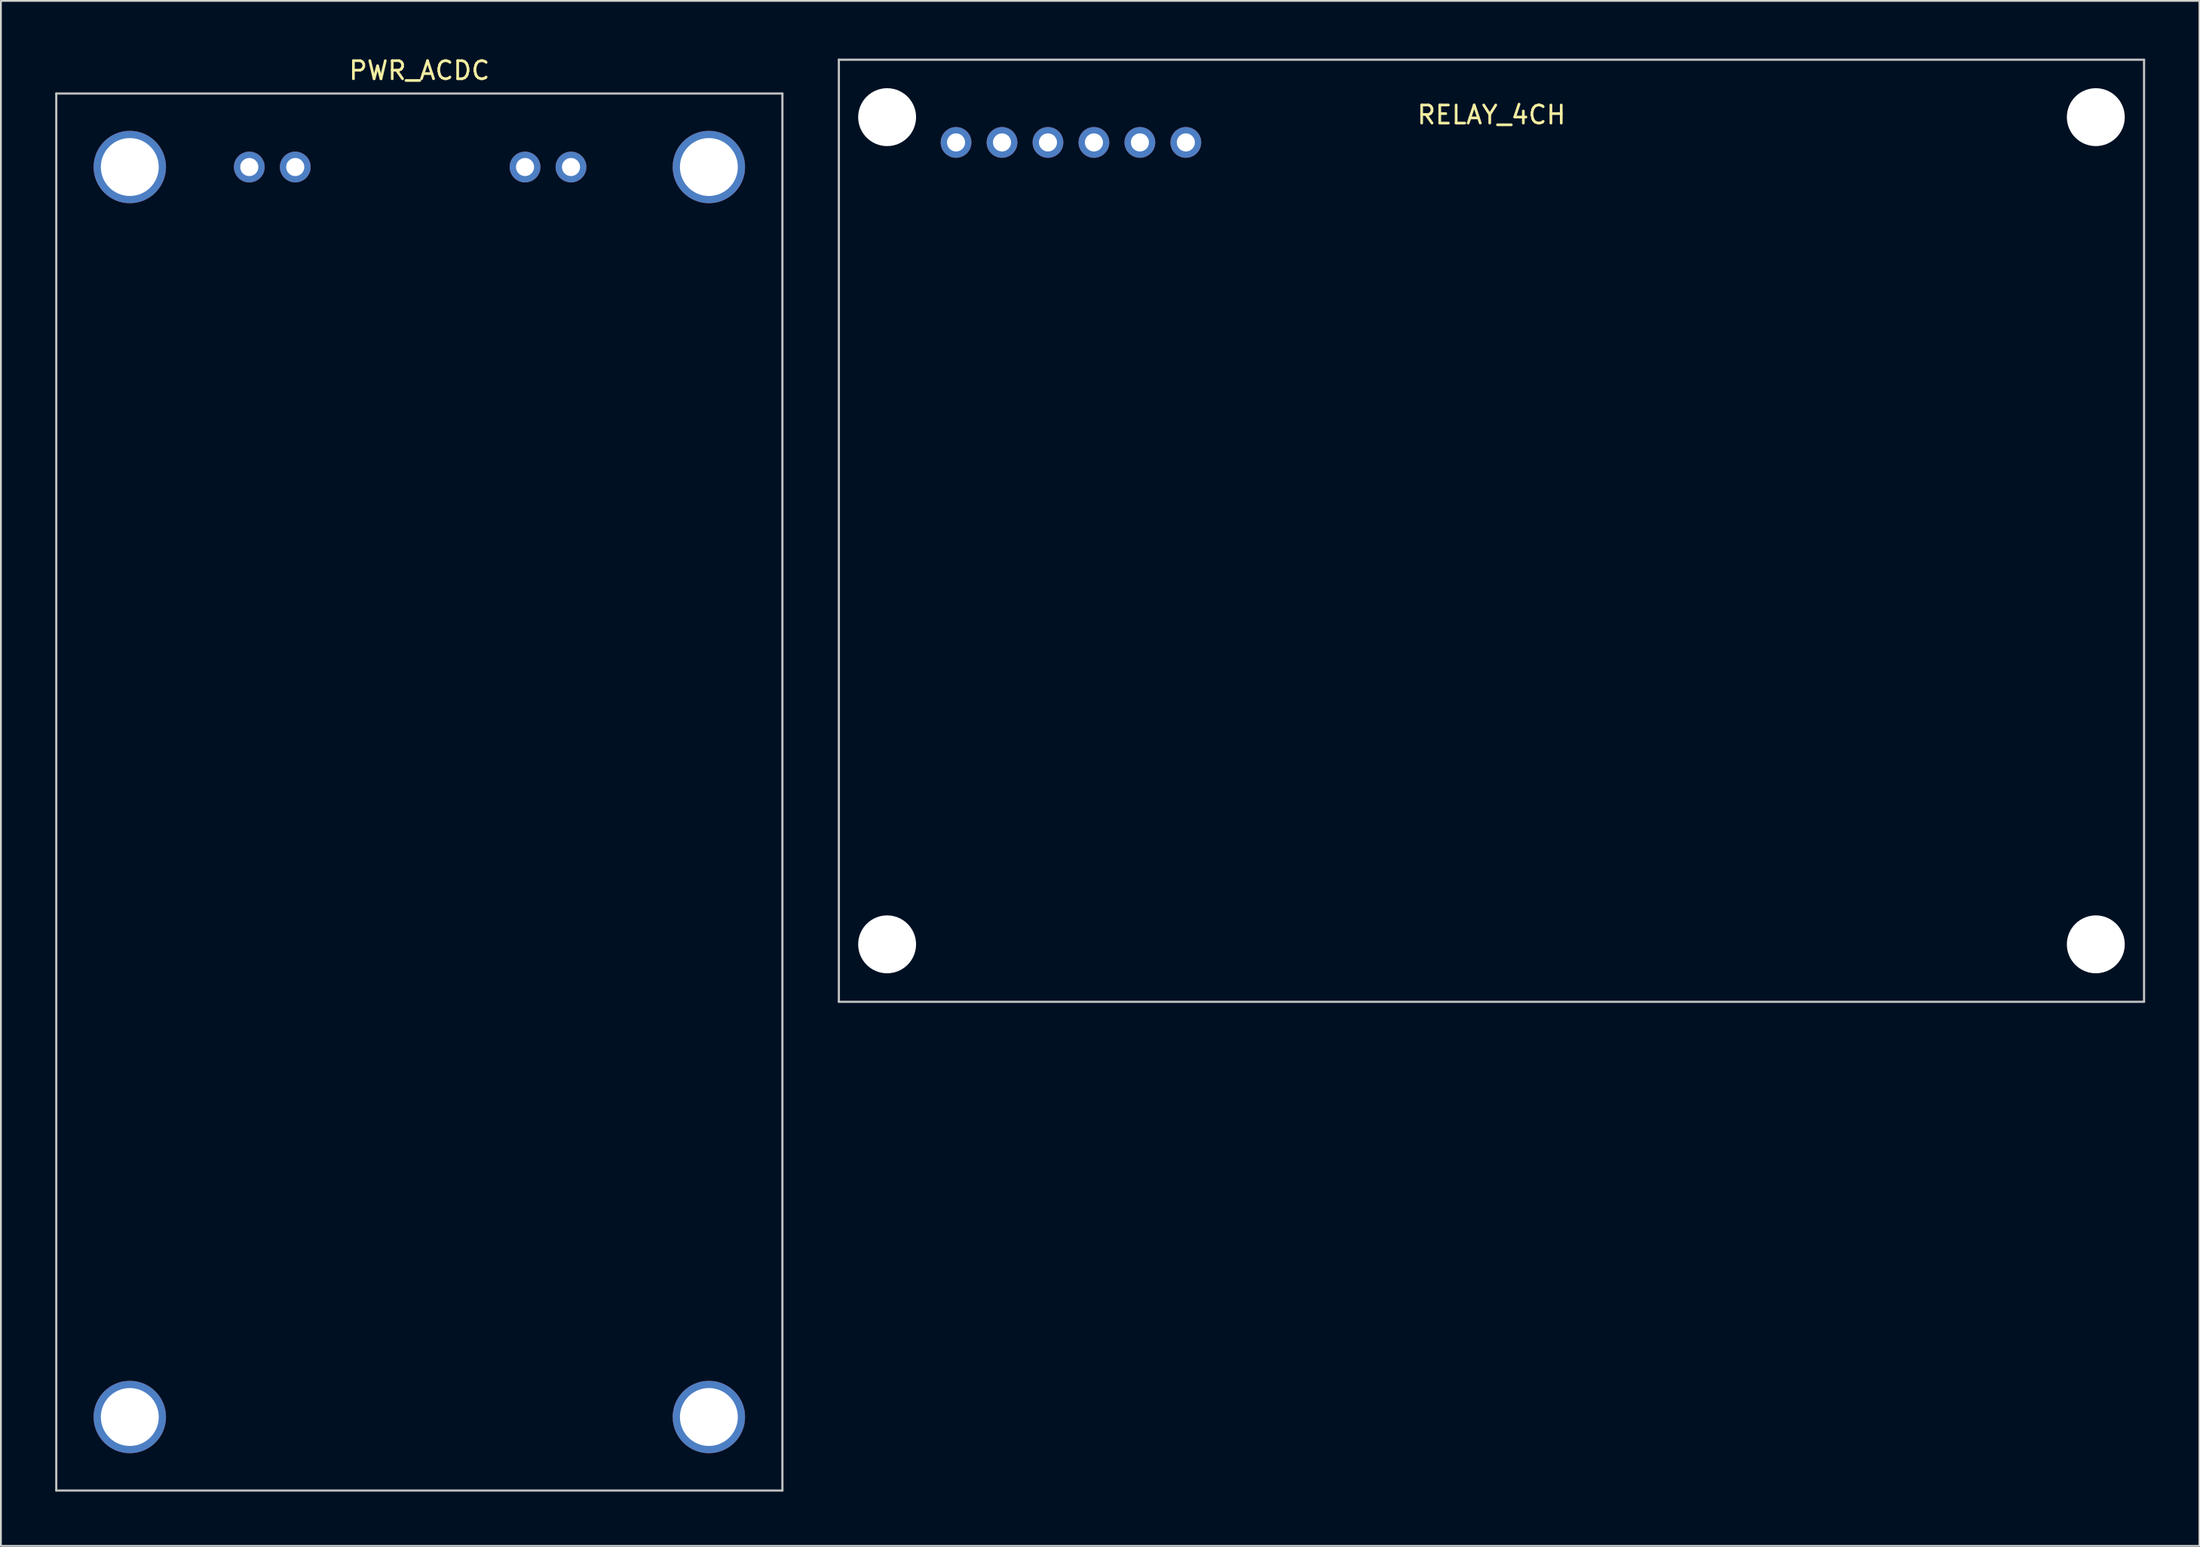
<source format=kicad_pcb>
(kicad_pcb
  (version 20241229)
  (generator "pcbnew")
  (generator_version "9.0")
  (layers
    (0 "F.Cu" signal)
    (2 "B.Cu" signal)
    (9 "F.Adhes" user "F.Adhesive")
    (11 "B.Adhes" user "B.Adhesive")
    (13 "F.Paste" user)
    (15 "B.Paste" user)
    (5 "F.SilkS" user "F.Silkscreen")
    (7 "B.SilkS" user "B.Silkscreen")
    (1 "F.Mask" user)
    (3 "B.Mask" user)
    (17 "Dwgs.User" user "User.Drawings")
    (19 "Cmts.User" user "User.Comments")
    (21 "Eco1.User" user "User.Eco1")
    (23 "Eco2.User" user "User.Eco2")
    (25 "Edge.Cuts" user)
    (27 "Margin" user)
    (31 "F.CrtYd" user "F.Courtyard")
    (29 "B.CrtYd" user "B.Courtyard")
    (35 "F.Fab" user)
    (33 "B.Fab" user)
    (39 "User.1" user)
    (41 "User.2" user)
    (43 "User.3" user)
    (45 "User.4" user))
  (footprint "RELAY_4CH"
    (layer "F.Cu")
    (at 79.38 0.25)
    (property "Reference" "RELAY_4CH" (at 0 3.048 0) (layer "F.SilkS") (effects (font (size 1 1) (thickness 0.15))))
    (attr through_hole)
    (fp_line (start -36.068 0) (end 36.068 0) (stroke (width 0.12) (type solid)) (layer "Dwgs.User"))
    (fp_line (start -36.068 52.07) (end -36.068 0) (stroke (width 0.12) (type solid)) (layer "Dwgs.User"))
    (fp_line (start 36.068 0) (end 36.068 52.07) (stroke (width 0.12) (type solid)) (layer "Dwgs.User"))
    (fp_line (start 36.068 52.07) (end -36.068 52.07) (stroke (width 0.12) (type solid)) (layer "Dwgs.User"))
    (pad "" np_thru_hole circle (at -33.401 3.175) (size 3.2 3.2) (drill 3.2) (layers "*.Cu" "*.Mask"))
    (pad "" np_thru_hole circle (at -33.401 48.895) (size 3.2 3.2) (drill 3.2) (layers "*.Cu" "*.Mask"))
    (pad "" np_thru_hole circle (at 33.401 3.175) (size 3.2 3.2) (drill 3.2) (layers "*.Cu" "*.Mask"))
    (pad "" np_thru_hole circle (at 33.401 48.895) (size 3.2 3.2) (drill 3.2) (layers "*.Cu" "*.Mask"))
    (pad "1" thru_hole circle (at -29.591 4.572) (size 1.7 1.7) (drill 1) (layers "*.Cu" "*.Mask"))
    (pad "2" thru_hole circle (at -27.051 4.572) (size 1.7 1.7) (drill 1) (layers "*.Cu" "*.Mask"))
    (pad "3" thru_hole circle (at -24.511 4.572) (size 1.7 1.7) (drill 1) (layers "*.Cu" "*.Mask"))
    (pad "4" thru_hole circle (at -21.971 4.572) (size 1.7 1.7) (drill 1) (layers "*.Cu" "*.Mask"))
    (pad "5" thru_hole circle (at -19.431 4.572) (size 1.7 1.7) (drill 1) (layers "*.Cu" "*.Mask"))
    (pad "6" thru_hole circle (at -16.891 4.572) (size 1.7 1.7) (drill 1) (layers "*.Cu" "*.Mask")))
  (footprint "PWR_ACDC"
    (layer "F.Cu")
    (at 20.126 2.118)
    (property "Reference" "PWR_ACDC" (at 0 -1.27 0) (layer "F.SilkS") (effects (font (size 1 1) (thickness 0.15))))
    (attr through_hole)
    (fp_line (start -20.066 0) (end 20.066 0) (stroke (width 0.12) (type solid)) (layer "Dwgs.User"))
    (fp_line (start -20.066 77.216) (end -20.066 0) (stroke (width 0.12) (type solid)) (layer "Dwgs.User"))
    (fp_line (start 20.066 0) (end 20.066 77.216) (stroke (width 0.12) (type solid)) (layer "Dwgs.User"))
    (fp_line (start 20.066 77.216) (end -20.066 77.216) (stroke (width 0.12) (type solid)) (layer "Dwgs.User"))
    (pad "" np_thru_hole circle (at -16.002 4.064) (size 4 4) (drill 3.2) (layers "*.Cu" "*.Mask"))
    (pad "" np_thru_hole circle (at -16.002 73.152) (size 4 4) (drill 3.2) (layers "*.Cu" "*.Mask"))
    (pad "" np_thru_hole circle (at 16.002 4.064) (size 4 4) (drill 3.2) (layers "*.Cu" "*.Mask"))
    (pad "" np_thru_hole circle (at 16.002 73.152) (size 4 4) (drill 3.2) (layers "*.Cu" "*.Mask"))
    (pad "1" thru_hole circle (at 5.842 4.064) (size 1.7 1.7) (drill 1) (layers "*.Cu" "*.Mask"))
    (pad "2" thru_hole circle (at 8.382 4.064) (size 1.7 1.7) (drill 1) (layers "*.Cu" "*.Mask"))
    (pad "3" thru_hole circle (at -9.398 4.064) (size 1.7 1.7) (drill 1) (layers "*.Cu" "*.Mask"))
    (pad "4" thru_hole circle (at -6.858 4.064) (size 1.7 1.7) (drill 1) (layers "*.Cu" "*.Mask")))
  (gr_rect
    (start -3 -3)
    (end 118.508 82.394)
    (stroke (width 0.1) (type default))
    (fill no)
    (layer "Edge.Cuts")))
</source>
